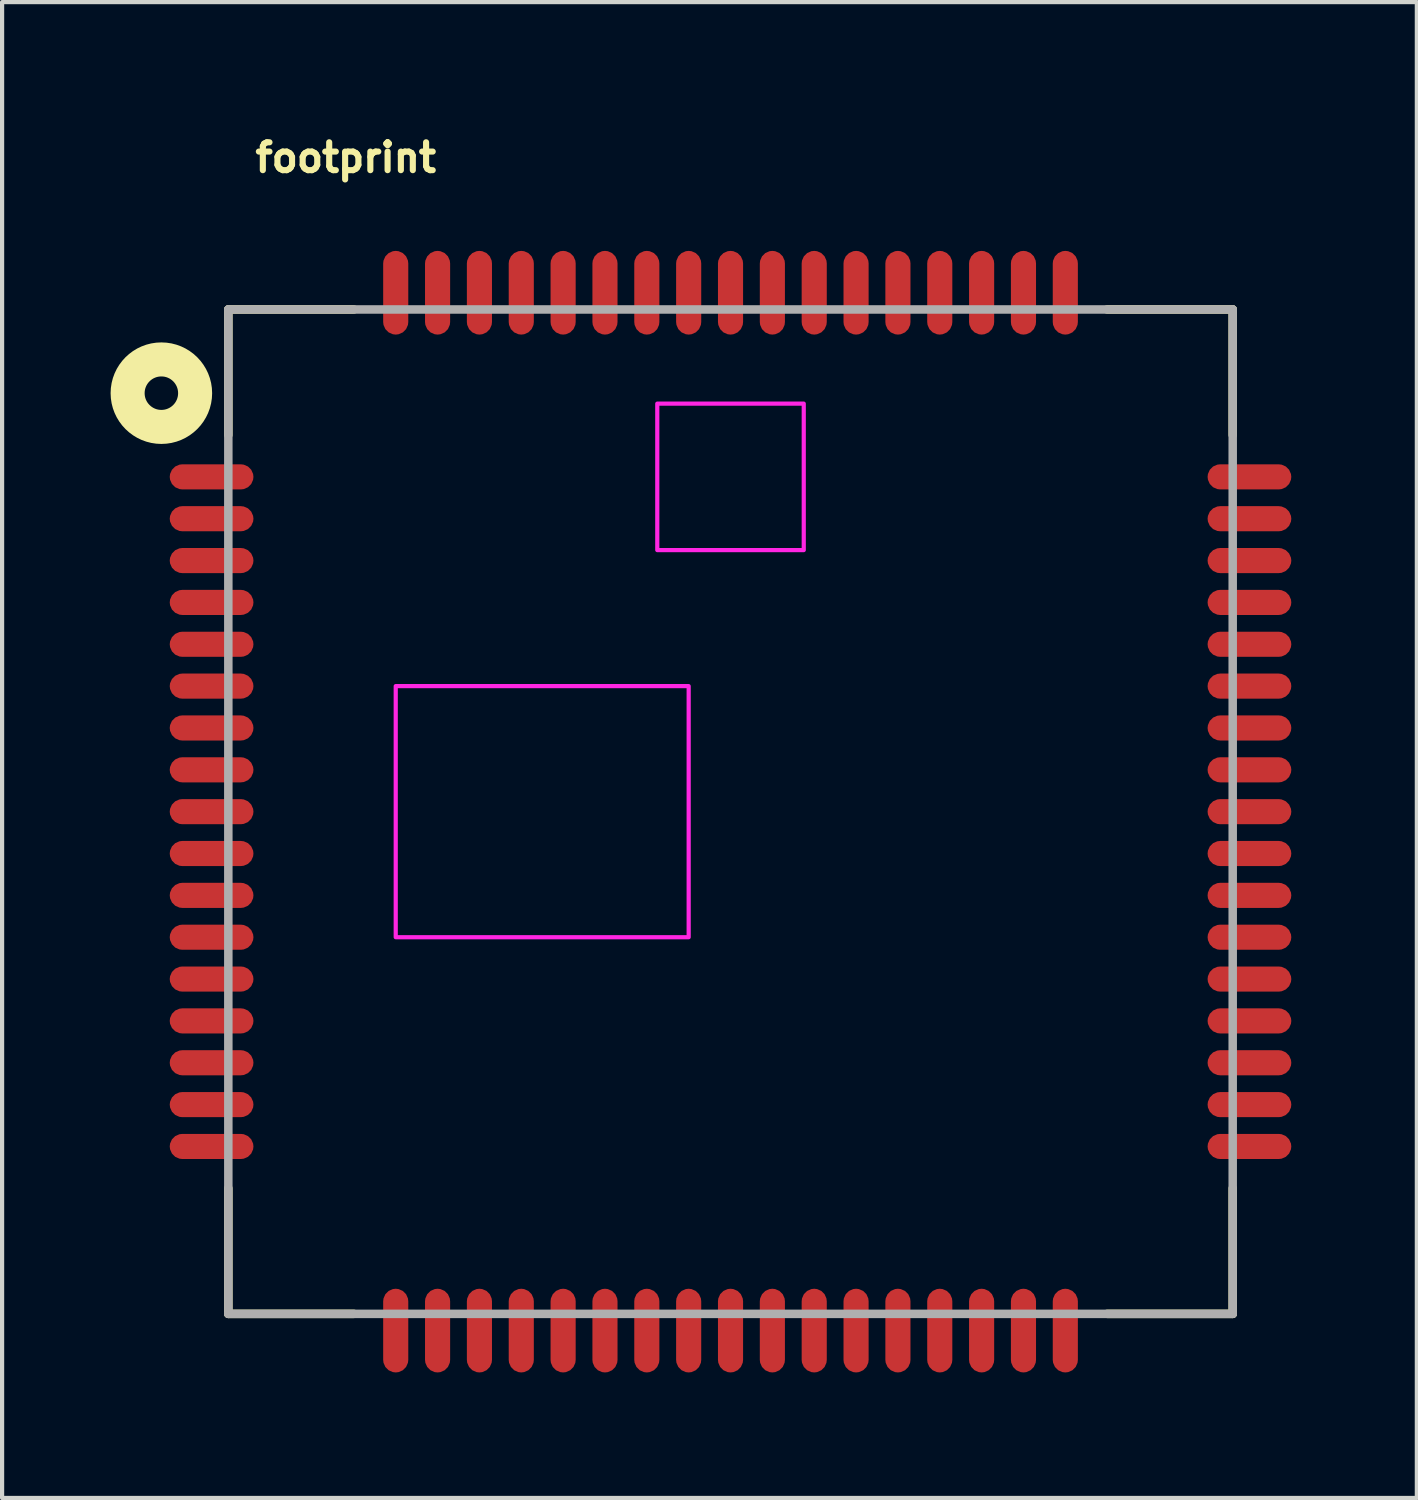
<source format=kicad_pcb>
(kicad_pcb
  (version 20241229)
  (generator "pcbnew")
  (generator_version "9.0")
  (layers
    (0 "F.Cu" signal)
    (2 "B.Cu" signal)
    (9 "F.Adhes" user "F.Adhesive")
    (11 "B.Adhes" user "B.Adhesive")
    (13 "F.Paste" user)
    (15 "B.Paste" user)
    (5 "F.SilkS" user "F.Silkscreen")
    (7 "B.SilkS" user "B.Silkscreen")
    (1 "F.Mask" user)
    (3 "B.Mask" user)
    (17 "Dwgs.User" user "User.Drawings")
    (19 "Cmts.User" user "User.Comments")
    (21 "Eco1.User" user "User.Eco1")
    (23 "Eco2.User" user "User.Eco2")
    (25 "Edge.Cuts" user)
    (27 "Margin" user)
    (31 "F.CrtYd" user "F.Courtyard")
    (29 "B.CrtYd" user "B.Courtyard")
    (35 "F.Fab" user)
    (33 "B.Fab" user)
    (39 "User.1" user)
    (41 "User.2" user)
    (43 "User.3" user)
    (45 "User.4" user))
  (footprint "footprint"
    (layer "F.Cu")
    (at 14.406 16.345)
    (property "Reference" "footprint" (at -11.43 -15.24 0) (layer "F.SilkS") (effects (font (size 0.666 0.666) (thickness 0.146)) (justify left bottom)))
    (fp_line (start -12 -12) (end -12 -9) (stroke (width 0.203) (type solid)) (layer "F.SilkS"))
    (fp_line (start -12 9) (end -12 12) (stroke (width 0.203) (type solid)) (layer "F.SilkS"))
    (fp_line (start -12 12) (end -9 12) (stroke (width 0.203) (type solid)) (layer "F.SilkS"))
    (fp_line (start -9 -12) (end -12 -12) (stroke (width 0.203) (type solid)) (layer "F.SilkS"))
    (fp_line (start 9 -12) (end 12 -12) (stroke (width 0.203) (type solid)) (layer "F.SilkS"))
    (fp_line (start 9 12) (end 12 12) (stroke (width 0.203) (type solid)) (layer "F.SilkS"))
    (fp_line (start 12 -12) (end 12 -9) (stroke (width 0.203) (type solid)) (layer "F.SilkS"))
    (fp_line (start 12 12) (end 12 9) (stroke (width 0.203) (type solid)) (layer "F.SilkS"))
    (fp_circle (center -13.6 -10) (end -13.2 -10) (stroke (width 0.813) (type solid)) (fill no) (layer "F.SilkS"))
    (fp_poly (pts (xy -8 3) (xy -1 3) (xy -1 -3) (xy -8 -3)) (stroke (width 0.1) (type solid)) (fill no) (layer "F.CrtYd"))
    (fp_poly (pts (xy -1.75 -6.25) (xy 1.75 -6.25) (xy 1.75 -9.75) (xy -1.75 -9.75)) (stroke (width 0.1) (type solid)) (fill no) (layer "F.CrtYd"))
    (fp_line (start -12 -12) (end -12 12) (stroke (width 0.203) (type solid)) (layer "F.Fab"))
    (fp_line (start -12 12) (end 12 12) (stroke (width 0.203) (type solid)) (layer "F.Fab"))
    (fp_line (start 12 -12) (end -12 -12) (stroke (width 0.203) (type solid)) (layer "F.Fab"))
    (fp_line (start 12 12) (end 12 -12) (stroke (width 0.203) (type solid)) (layer "F.Fab"))
    (pad "P$1" smd roundrect (at -12.4 -8) (size 2 0.6) (layers "F.Cu" "F.Mask" "F.Paste") (roundrect_rratio 0.5))
    (pad "P$2" smd roundrect (at -12.4 -7) (size 2 0.6) (layers "F.Cu" "F.Mask" "F.Paste") (roundrect_rratio 0.5))
    (pad "P$3" smd roundrect (at -12.4 -6) (size 2 0.6) (layers "F.Cu" "F.Mask" "F.Paste") (roundrect_rratio 0.5))
    (pad "P$4" smd roundrect (at -12.4 -5) (size 2 0.6) (layers "F.Cu" "F.Mask" "F.Paste") (roundrect_rratio 0.5))
    (pad "P$5" smd roundrect (at -12.4 -4) (size 2 0.6) (layers "F.Cu" "F.Mask" "F.Paste") (roundrect_rratio 0.5))
    (pad "P$6" smd roundrect (at -12.4 -3) (size 2 0.6) (layers "F.Cu" "F.Mask" "F.Paste") (roundrect_rratio 0.5))
    (pad "P$7" smd roundrect (at -12.4 -2) (size 2 0.6) (layers "F.Cu" "F.Mask" "F.Paste") (roundrect_rratio 0.5))
    (pad "P$8" smd roundrect (at -12.4 -1) (size 2 0.6) (layers "F.Cu" "F.Mask" "F.Paste") (roundrect_rratio 0.5))
    (pad "P$9" smd roundrect (at -12.4 0) (size 2 0.6) (layers "F.Cu" "F.Mask" "F.Paste") (roundrect_rratio 0.5))
    (pad "P$10" smd roundrect (at -12.4 1) (size 2 0.6) (layers "F.Cu" "F.Mask" "F.Paste") (roundrect_rratio 0.5))
    (pad "P$11" smd roundrect (at -12.4 2) (size 2 0.6) (layers "F.Cu" "F.Mask" "F.Paste") (roundrect_rratio 0.5))
    (pad "P$12" smd roundrect (at -12.4 3) (size 2 0.6) (layers "F.Cu" "F.Mask" "F.Paste") (roundrect_rratio 0.5))
    (pad "P$13" smd roundrect (at -12.4 4) (size 2 0.6) (layers "F.Cu" "F.Mask" "F.Paste") (roundrect_rratio 0.5))
    (pad "P$14" smd roundrect (at -12.4 5) (size 2 0.6) (layers "F.Cu" "F.Mask" "F.Paste") (roundrect_rratio 0.5))
    (pad "P$15" smd roundrect (at -12.4 6) (size 2 0.6) (layers "F.Cu" "F.Mask" "F.Paste") (roundrect_rratio 0.5))
    (pad "P$16" smd roundrect (at -12.4 7) (size 2 0.6) (layers "F.Cu" "F.Mask" "F.Paste") (roundrect_rratio 0.5))
    (pad "P$17" smd roundrect (at -12.4 8) (size 2 0.6) (layers "F.Cu" "F.Mask" "F.Paste") (roundrect_rratio 0.5))
    (pad "P$18" smd roundrect (at -8 12.4 90) (size 2 0.6) (layers "F.Cu" "F.Mask" "F.Paste") (roundrect_rratio 0.5))
    (pad "P$19" smd roundrect (at -7 12.4 90) (size 2 0.6) (layers "F.Cu" "F.Mask" "F.Paste") (roundrect_rratio 0.5))
    (pad "P$20" smd roundrect (at -6 12.4 90) (size 2 0.6) (layers "F.Cu" "F.Mask" "F.Paste") (roundrect_rratio 0.5))
    (pad "P$21" smd roundrect (at -5 12.4 90) (size 2 0.6) (layers "F.Cu" "F.Mask" "F.Paste") (roundrect_rratio 0.5))
    (pad "P$22" smd roundrect (at -4 12.4 90) (size 2 0.6) (layers "F.Cu" "F.Mask" "F.Paste") (roundrect_rratio 0.5))
    (pad "P$23" smd roundrect (at -3 12.4 90) (size 2 0.6) (layers "F.Cu" "F.Mask" "F.Paste") (roundrect_rratio 0.5))
    (pad "P$24" smd roundrect (at -2 12.4 90) (size 2 0.6) (layers "F.Cu" "F.Mask" "F.Paste") (roundrect_rratio 0.5))
    (pad "P$25" smd roundrect (at -1 12.4 90) (size 2 0.6) (layers "F.Cu" "F.Mask" "F.Paste") (roundrect_rratio 0.5))
    (pad "P$26" smd roundrect (at 0 12.4 90) (size 2 0.6) (layers "F.Cu" "F.Mask" "F.Paste") (roundrect_rratio 0.5))
    (pad "P$27" smd roundrect (at 1 12.4 90) (size 2 0.6) (layers "F.Cu" "F.Mask" "F.Paste") (roundrect_rratio 0.5))
    (pad "P$28" smd roundrect (at 2 12.4 90) (size 2 0.6) (layers "F.Cu" "F.Mask" "F.Paste") (roundrect_rratio 0.5))
    (pad "P$29" smd roundrect (at 3 12.4 90) (size 2 0.6) (layers "F.Cu" "F.Mask" "F.Paste") (roundrect_rratio 0.5))
    (pad "P$30" smd roundrect (at 4 12.4 90) (size 2 0.6) (layers "F.Cu" "F.Mask" "F.Paste") (roundrect_rratio 0.5))
    (pad "P$31" smd roundrect (at 5 12.4 90) (size 2 0.6) (layers "F.Cu" "F.Mask" "F.Paste") (roundrect_rratio 0.5))
    (pad "P$32" smd roundrect (at 6 12.4 90) (size 2 0.6) (layers "F.Cu" "F.Mask" "F.Paste") (roundrect_rratio 0.5))
    (pad "P$33" smd roundrect (at 7 12.4 90) (size 2 0.6) (layers "F.Cu" "F.Mask" "F.Paste") (roundrect_rratio 0.5))
    (pad "P$34" smd roundrect (at 8 12.4 90) (size 2 0.6) (layers "F.Cu" "F.Mask" "F.Paste") (roundrect_rratio 0.5))
    (pad "P$35" smd roundrect (at 12.4 8 180) (size 2 0.6) (layers "F.Cu" "F.Mask" "F.Paste") (roundrect_rratio 0.5))
    (pad "P$36" smd roundrect (at 12.4 7 180) (size 2 0.6) (layers "F.Cu" "F.Mask" "F.Paste") (roundrect_rratio 0.5))
    (pad "P$37" smd roundrect (at 12.4 6 180) (size 2 0.6) (layers "F.Cu" "F.Mask" "F.Paste") (roundrect_rratio 0.5))
    (pad "P$38" smd roundrect (at 12.4 5 180) (size 2 0.6) (layers "F.Cu" "F.Mask" "F.Paste") (roundrect_rratio 0.5))
    (pad "P$39" smd roundrect (at 12.4 4 180) (size 2 0.6) (layers "F.Cu" "F.Mask" "F.Paste") (roundrect_rratio 0.5))
    (pad "P$40" smd roundrect (at 12.4 3 180) (size 2 0.6) (layers "F.Cu" "F.Mask" "F.Paste") (roundrect_rratio 0.5))
    (pad "P$41" smd roundrect (at 12.4 2 180) (size 2 0.6) (layers "F.Cu" "F.Mask" "F.Paste") (roundrect_rratio 0.5))
    (pad "P$42" smd roundrect (at 12.4 1 180) (size 2 0.6) (layers "F.Cu" "F.Mask" "F.Paste") (roundrect_rratio 0.5))
    (pad "P$43" smd roundrect (at 12.4 0 180) (size 2 0.6) (layers "F.Cu" "F.Mask" "F.Paste") (roundrect_rratio 0.5))
    (pad "P$44" smd roundrect (at 12.4 -1 180) (size 2 0.6) (layers "F.Cu" "F.Mask" "F.Paste") (roundrect_rratio 0.5))
    (pad "P$45" smd roundrect (at 12.4 -2 180) (size 2 0.6) (layers "F.Cu" "F.Mask" "F.Paste") (roundrect_rratio 0.5))
    (pad "P$46" smd roundrect (at 12.4 -3 180) (size 2 0.6) (layers "F.Cu" "F.Mask" "F.Paste") (roundrect_rratio 0.5))
    (pad "P$47" smd roundrect (at 12.4 -4 180) (size 2 0.6) (layers "F.Cu" "F.Mask" "F.Paste") (roundrect_rratio 0.5))
    (pad "P$48" smd roundrect (at 12.4 -5 180) (size 2 0.6) (layers "F.Cu" "F.Mask" "F.Paste") (roundrect_rratio 0.5))
    (pad "P$49" smd roundrect (at 12.4 -6 180) (size 2 0.6) (layers "F.Cu" "F.Mask" "F.Paste") (roundrect_rratio 0.5))
    (pad "P$50" smd roundrect (at 12.4 -7 180) (size 2 0.6) (layers "F.Cu" "F.Mask" "F.Paste") (roundrect_rratio 0.5))
    (pad "P$51" smd roundrect (at 12.4 -8 180) (size 2 0.6) (layers "F.Cu" "F.Mask" "F.Paste") (roundrect_rratio 0.5))
    (pad "P$52" smd roundrect (at 8 -12.4 270) (size 2 0.6) (layers "F.Cu" "F.Mask" "F.Paste") (roundrect_rratio 0.5))
    (pad "P$53" smd roundrect (at 7 -12.4 270) (size 2 0.6) (layers "F.Cu" "F.Mask" "F.Paste") (roundrect_rratio 0.5))
    (pad "P$54" smd roundrect (at 6 -12.4 270) (size 2 0.6) (layers "F.Cu" "F.Mask" "F.Paste") (roundrect_rratio 0.5))
    (pad "P$55" smd roundrect (at 5 -12.4 270) (size 2 0.6) (layers "F.Cu" "F.Mask" "F.Paste") (roundrect_rratio 0.5))
    (pad "P$56" smd roundrect (at 4 -12.4 270) (size 2 0.6) (layers "F.Cu" "F.Mask" "F.Paste") (roundrect_rratio 0.5))
    (pad "P$57" smd roundrect (at 3 -12.4 270) (size 2 0.6) (layers "F.Cu" "F.Mask" "F.Paste") (roundrect_rratio 0.5))
    (pad "P$58" smd roundrect (at 2 -12.4 270) (size 2 0.6) (layers "F.Cu" "F.Mask" "F.Paste") (roundrect_rratio 0.5))
    (pad "P$59" smd roundrect (at 1 -12.4 270) (size 2 0.6) (layers "F.Cu" "F.Mask" "F.Paste") (roundrect_rratio 0.5))
    (pad "P$60" smd roundrect (at 0 -12.4 270) (size 2 0.6) (layers "F.Cu" "F.Mask" "F.Paste") (roundrect_rratio 0.5))
    (pad "P$61" smd roundrect (at -1 -12.4 270) (size 2 0.6) (layers "F.Cu" "F.Mask" "F.Paste") (roundrect_rratio 0.5))
    (pad "P$62" smd roundrect (at -2 -12.4 270) (size 2 0.6) (layers "F.Cu" "F.Mask" "F.Paste") (roundrect_rratio 0.5))
    (pad "P$63" smd roundrect (at -3 -12.4 270) (size 2 0.6) (layers "F.Cu" "F.Mask" "F.Paste") (roundrect_rratio 0.5))
    (pad "P$64" smd roundrect (at -4 -12.4 270) (size 2 0.6) (layers "F.Cu" "F.Mask" "F.Paste") (roundrect_rratio 0.5))
    (pad "P$65" smd roundrect (at -5 -12.4 270) (size 2 0.6) (layers "F.Cu" "F.Mask" "F.Paste") (roundrect_rratio 0.5))
    (pad "P$66" smd roundrect (at -6 -12.4 270) (size 2 0.6) (layers "F.Cu" "F.Mask" "F.Paste") (roundrect_rratio 0.5))
    (pad "P$67" smd roundrect (at -7 -12.4 270) (size 2 0.6) (layers "F.Cu" "F.Mask" "F.Paste") (roundrect_rratio 0.5))
    (pad "P$68" smd roundrect (at -8 -12.4 270) (size 2 0.6) (layers "F.Cu" "F.Mask" "F.Paste") (roundrect_rratio 0.5)))
  (gr_rect
    (start -3 -3)
    (end 30.806 32.745)
    (stroke (width 0.1) (type default))
    (fill no)
    (layer "Edge.Cuts")))
</source>
